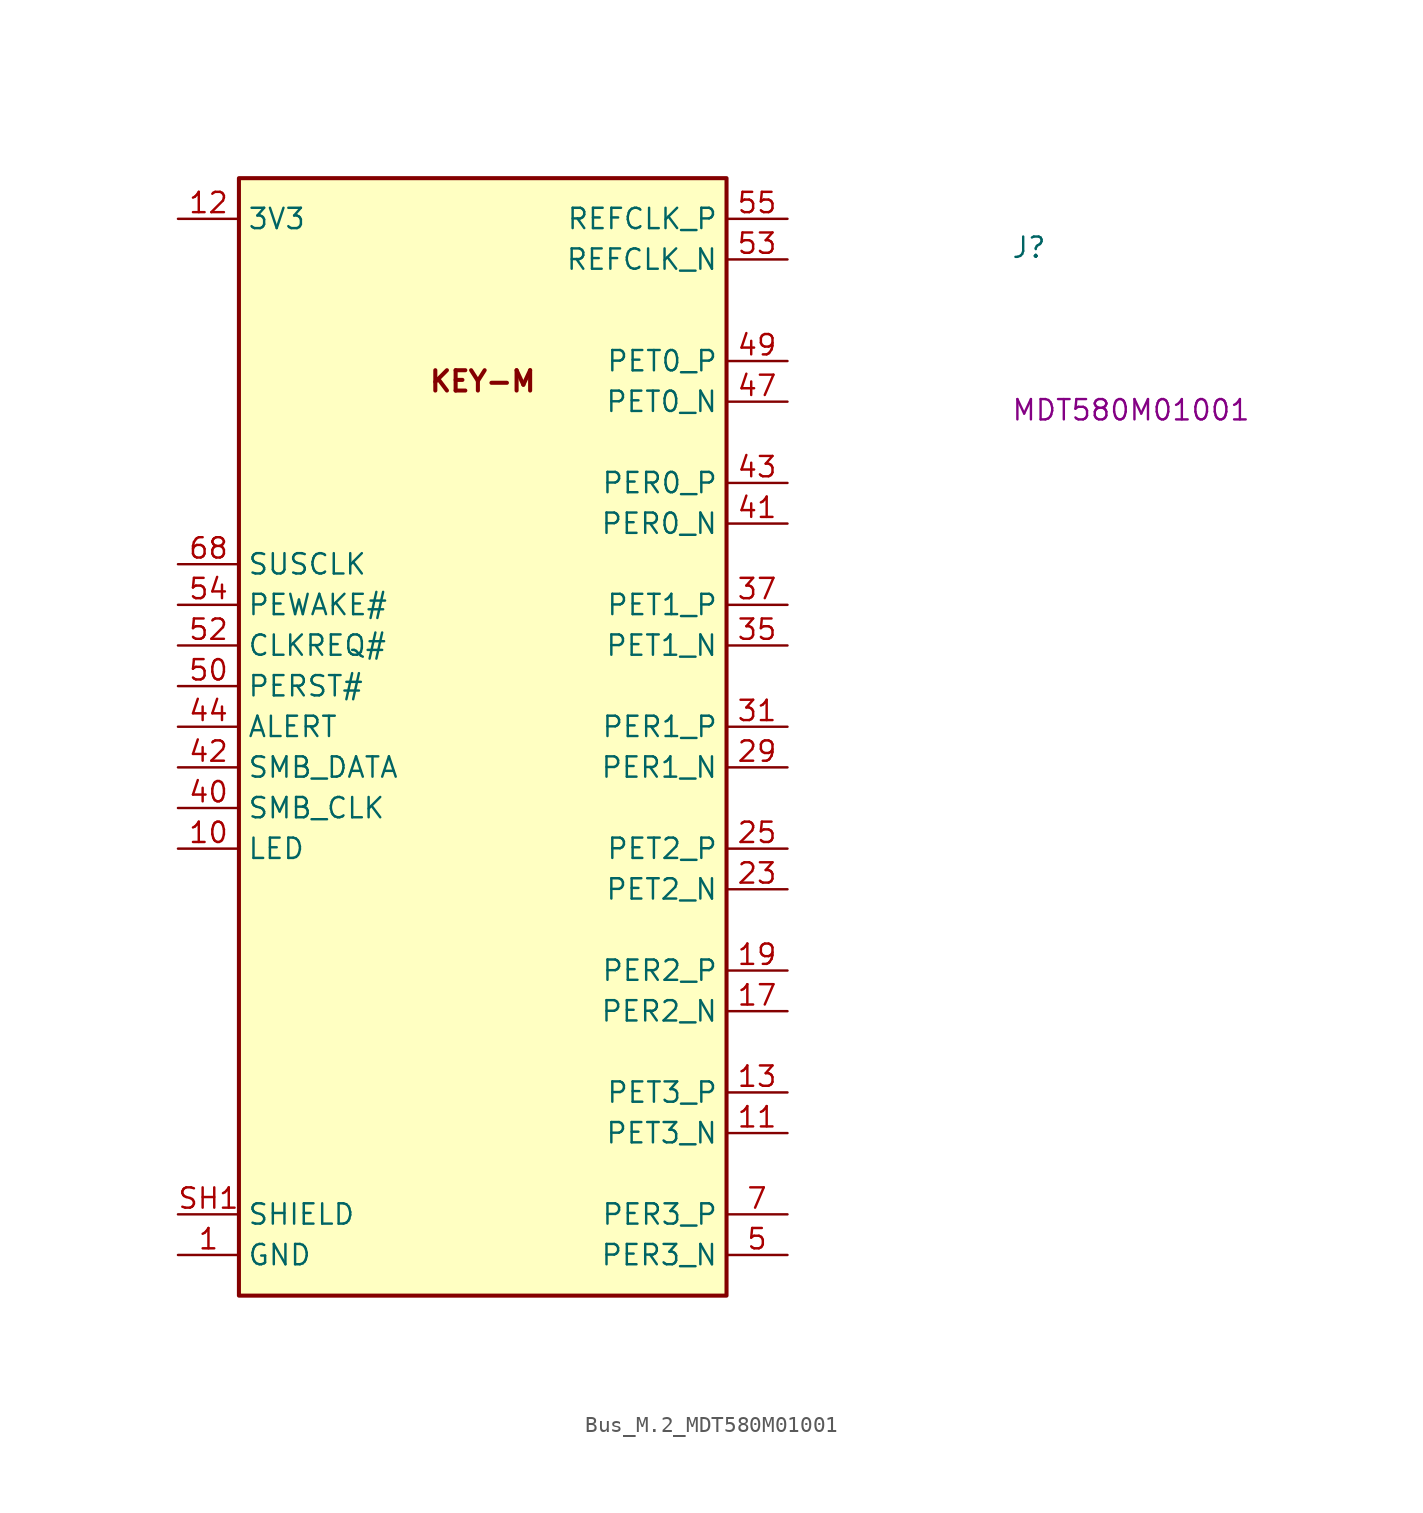
<source format=kicad_sym>
(kicad_symbol_lib
  (version 20220914)
  (generator kicad_symbol_editor)
  (symbol "Bus_M.2_MDT580M01001"
    (property "Reference" "J"
      (at 52.07 -2.54 0)
      (effects (font (size 1.27 1.27) (thickness 0.15)) (justify left bottom)))
    (property "MPN" "MDT580M01001"
      (at 52.07 -12.7 0)
      (effects (font (size 1.27 1.27) (thickness 0.15)) (justify left bottom)))
    (symbol "Bus_M.2_MDT580M01001_0_0"
      (text "KEY-M" (at 19.05 -10.16 0) (effects (font (size 1.27 1.27) bold))))
    (symbol "Bus_M.2_MDT580M01001_1_1"
      (rectangle (start 3.81 2.54) (end 34.29 -67.31) (stroke (width 0.254) (type default)) (fill (type background)))
      (pin passive line (at 0 -64.77 0) (length 3.81) (name "GND" (effects (font (size 1.27 1.27)))) (number "1" (effects (font (size 1.27 1.27)))))
      (pin passive line (at 0 -39.37 0) (length 3.81) (name "LED" (effects (font (size 1.27 1.27)))) (number "10" (effects (font (size 1.27 1.27)))))
      (pin passive line (at 38.1 -57.15 180) (length 3.81) (name "PET3_N" (effects (font (size 1.27 1.27)))) (number "11" (effects (font (size 1.27 1.27)))))
      (pin passive line (at 0 0 0) (length 3.81) (name "3V3" (effects (font (size 1.27 1.27)))) (number "12" (effects (font (size 1.27 1.27)))))
      (pin passive line (at 38.1 -54.61 180) (length 3.81) (name "PET3_P" (effects (font (size 1.27 1.27)))) (number "13" (effects (font (size 1.27 1.27)))))
      (pin passive line (at 0 0 0) (length 3.81) hide (name "3V3" (effects (font (size 1.27 1.27)))) (number "14" (effects (font (size 1.27 1.27)))))
      (pin passive line (at 0 -64.77 0) (length 3.81) hide (name "GND" (effects (font (size 1.27 1.27)))) (number "15" (effects (font (size 1.27 1.27)))))
      (pin passive line (at 0 0 0) (length 3.81) hide (name "3V3" (effects (font (size 1.27 1.27)))) (number "16" (effects (font (size 1.27 1.27)))))
      (pin passive line (at 38.1 -49.53 180) (length 3.81) (name "PER2_N" (effects (font (size 1.27 1.27)))) (number "17" (effects (font (size 1.27 1.27)))))
      (pin passive line (at 0 0 0) (length 3.81) hide (name "3V3" (effects (font (size 1.27 1.27)))) (number "18" (effects (font (size 1.27 1.27)))))
      (pin passive line (at 38.1 -46.99 180) (length 3.81) (name "PER2_P" (effects (font (size 1.27 1.27)))) (number "19" (effects (font (size 1.27 1.27)))))
      (pin passive line (at 0 0 0) (length 3.81) hide (name "3V3" (effects (font (size 1.27 1.27)))) (number "2" (effects (font (size 1.27 1.27)))))
      (pin no_connect line (at 3.81 -59.69 0) (length 3.81) hide (name "NC" (effects (font (size 1.27 1.27)))) (number "20" (effects (font (size 1.27 1.27)))))
      (pin passive line (at 0 -64.77 0) (length 3.81) hide (name "GND" (effects (font (size 1.27 1.27)))) (number "21" (effects (font (size 1.27 1.27)))))
      (pin no_connect line (at 3.81 -59.69 0) (length 3.81) hide (name "NC" (effects (font (size 1.27 1.27)))) (number "22" (effects (font (size 1.27 1.27)))))
      (pin passive line (at 38.1 -41.91 180) (length 3.81) (name "PET2_N" (effects (font (size 1.27 1.27)))) (number "23" (effects (font (size 1.27 1.27)))))
      (pin no_connect line (at 3.81 -59.69 0) (length 3.81) hide (name "NC" (effects (font (size 1.27 1.27)))) (number "24" (effects (font (size 1.27 1.27)))))
      (pin passive line (at 38.1 -39.37 180) (length 3.81) (name "PET2_P" (effects (font (size 1.27 1.27)))) (number "25" (effects (font (size 1.27 1.27)))))
      (pin no_connect line (at 3.81 -59.69 0) (length 3.81) hide (name "NC" (effects (font (size 1.27 1.27)))) (number "26" (effects (font (size 1.27 1.27)))))
      (pin passive line (at 0 -64.77 0) (length 3.81) hide (name "GND" (effects (font (size 1.27 1.27)))) (number "27" (effects (font (size 1.27 1.27)))))
      (pin no_connect line (at 3.81 -59.69 0) (length 3.81) hide (name "NC" (effects (font (size 1.27 1.27)))) (number "28" (effects (font (size 1.27 1.27)))))
      (pin passive line (at 38.1 -34.29 180) (length 3.81) (name "PER1_N" (effects (font (size 1.27 1.27)))) (number "29" (effects (font (size 1.27 1.27)))))
      (pin passive line (at 0 -64.77 0) (length 3.81) hide (name "GND" (effects (font (size 1.27 1.27)))) (number "3" (effects (font (size 1.27 1.27)))))
      (pin no_connect line (at 3.81 -59.69 0) (length 3.81) hide (name "NC" (effects (font (size 1.27 1.27)))) (number "30" (effects (font (size 1.27 1.27)))))
      (pin passive line (at 38.1 -31.75 180) (length 3.81) (name "PER1_P" (effects (font (size 1.27 1.27)))) (number "31" (effects (font (size 1.27 1.27)))))
      (pin no_connect line (at 3.81 -59.69 0) (length 3.81) hide (name "NC" (effects (font (size 1.27 1.27)))) (number "32" (effects (font (size 1.27 1.27)))))
      (pin passive line (at 0 -64.77 0) (length 3.81) hide (name "GND" (effects (font (size 1.27 1.27)))) (number "33" (effects (font (size 1.27 1.27)))))
      (pin no_connect line (at 3.81 -59.69 0) (length 3.81) hide (name "NC" (effects (font (size 1.27 1.27)))) (number "34" (effects (font (size 1.27 1.27)))))
      (pin passive line (at 38.1 -26.67 180) (length 3.81) (name "PET1_N" (effects (font (size 1.27 1.27)))) (number "35" (effects (font (size 1.27 1.27)))))
      (pin no_connect line (at 3.81 -59.69 0) (length 3.81) hide (name "NC" (effects (font (size 1.27 1.27)))) (number "36" (effects (font (size 1.27 1.27)))))
      (pin passive line (at 38.1 -24.13 180) (length 3.81) (name "PET1_P" (effects (font (size 1.27 1.27)))) (number "37" (effects (font (size 1.27 1.27)))))
      (pin no_connect line (at 3.81 -59.69 0) (length 3.81) hide (name "NC" (effects (font (size 1.27 1.27)))) (number "38" (effects (font (size 1.27 1.27)))))
      (pin passive line (at 0 -64.77 0) (length 3.81) hide (name "GND" (effects (font (size 1.27 1.27)))) (number "39" (effects (font (size 1.27 1.27)))))
      (pin passive line (at 0 0 0) (length 3.81) hide (name "3V3" (effects (font (size 1.27 1.27)))) (number "4" (effects (font (size 1.27 1.27)))))
      (pin passive line (at 0 -36.83 0) (length 3.81) (name "SMB_CLK" (effects (font (size 1.27 1.27)))) (number "40" (effects (font (size 1.27 1.27)))))
      (pin passive line (at 38.1 -19.05 180) (length 3.81) (name "PER0_N" (effects (font (size 1.27 1.27)))) (number "41" (effects (font (size 1.27 1.27)))))
      (pin passive line (at 0 -34.29 0) (length 3.81) (name "SMB_DATA" (effects (font (size 1.27 1.27)))) (number "42" (effects (font (size 1.27 1.27)))))
      (pin passive line (at 38.1 -16.51 180) (length 3.81) (name "PER0_P" (effects (font (size 1.27 1.27)))) (number "43" (effects (font (size 1.27 1.27)))))
      (pin passive line (at 0 -31.75 0) (length 3.81) (name "ALERT" (effects (font (size 1.27 1.27)))) (number "44" (effects (font (size 1.27 1.27)))))
      (pin passive line (at 0 -64.77 0) (length 3.81) hide (name "GND" (effects (font (size 1.27 1.27)))) (number "45" (effects (font (size 1.27 1.27)))))
      (pin no_connect line (at 3.81 -59.69 0) (length 3.81) hide (name "NC" (effects (font (size 1.27 1.27)))) (number "46" (effects (font (size 1.27 1.27)))))
      (pin passive line (at 38.1 -11.43 180) (length 3.81) (name "PET0_N" (effects (font (size 1.27 1.27)))) (number "47" (effects (font (size 1.27 1.27)))))
      (pin no_connect line (at 3.81 -59.69 0) (length 3.81) hide (name "NC" (effects (font (size 1.27 1.27)))) (number "48" (effects (font (size 1.27 1.27)))))
      (pin passive line (at 38.1 -8.89 180) (length 3.81) (name "PET0_P" (effects (font (size 1.27 1.27)))) (number "49" (effects (font (size 1.27 1.27)))))
      (pin passive line (at 38.1 -64.77 180) (length 3.81) (name "PER3_N" (effects (font (size 1.27 1.27)))) (number "5" (effects (font (size 1.27 1.27)))))
      (pin passive line (at 0 -29.21 0) (length 3.81) (name "PERST#" (effects (font (size 1.27 1.27)))) (number "50" (effects (font (size 1.27 1.27)))))
      (pin passive line (at 0 -64.77 0) (length 3.81) hide (name "GND" (effects (font (size 1.27 1.27)))) (number "51" (effects (font (size 1.27 1.27)))))
      (pin passive line (at 0 -26.67 0) (length 3.81) (name "CLKREQ#" (effects (font (size 1.27 1.27)))) (number "52" (effects (font (size 1.27 1.27)))))
      (pin passive line (at 38.1 -2.54 180) (length 3.81) (name "REFCLK_N" (effects (font (size 1.27 1.27)))) (number "53" (effects (font (size 1.27 1.27)))))
      (pin passive line (at 0 -24.13 0) (length 3.81) (name "PEWAKE#" (effects (font (size 1.27 1.27)))) (number "54" (effects (font (size 1.27 1.27)))))
      (pin passive line (at 38.1 0 180) (length 3.81) (name "REFCLK_P" (effects (font (size 1.27 1.27)))) (number "55" (effects (font (size 1.27 1.27)))))
      (pin no_connect line (at 3.81 -59.69 0) (length 3.81) hide (name "NC" (effects (font (size 1.27 1.27)))) (number "56" (effects (font (size 1.27 1.27)))))
      (pin passive line (at 0 -64.77 0) (length 3.81) hide (name "GND" (effects (font (size 1.27 1.27)))) (number "57" (effects (font (size 1.27 1.27)))))
      (pin no_connect line (at 3.81 -59.69 0) (length 3.81) hide (name "NC" (effects (font (size 1.27 1.27)))) (number "58" (effects (font (size 1.27 1.27)))))
      (pin no_connect line (at 3.81 -59.69 0) (length 3.81) hide (name "NC" (effects (font (size 1.27 1.27)))) (number "6" (effects (font (size 1.27 1.27)))))
      (pin no_connect line (at 3.81 -59.69 0) (length 3.81) hide (name "NC" (effects (font (size 1.27 1.27)))) (number "67" (effects (font (size 1.27 1.27)))))
      (pin passive line (at 0 -21.59 0) (length 3.81) (name "SUSCLK" (effects (font (size 1.27 1.27)))) (number "68" (effects (font (size 1.27 1.27)))))
      (pin no_connect line (at 3.81 -59.69 0) (length 3.81) hide (name "NC" (effects (font (size 1.27 1.27)))) (number "69" (effects (font (size 1.27 1.27)))))
      (pin passive line (at 38.1 -62.23 180) (length 3.81) (name "PER3_P" (effects (font (size 1.27 1.27)))) (number "7" (effects (font (size 1.27 1.27)))))
      (pin passive line (at 0 0 0) (length 3.81) hide (name "3V3" (effects (font (size 1.27 1.27)))) (number "70" (effects (font (size 1.27 1.27)))))
      (pin passive line (at 0 -64.77 0) (length 3.81) hide (name "GND" (effects (font (size 1.27 1.27)))) (number "71" (effects (font (size 1.27 1.27)))))
      (pin passive line (at 0 0 0) (length 3.81) hide (name "3V3" (effects (font (size 1.27 1.27)))) (number "72" (effects (font (size 1.27 1.27)))))
      (pin passive line (at 0 -64.77 0) (length 3.81) hide (name "GND" (effects (font (size 1.27 1.27)))) (number "73" (effects (font (size 1.27 1.27)))))
      (pin passive line (at 0 0 0) (length 3.81) hide (name "3V3" (effects (font (size 1.27 1.27)))) (number "74" (effects (font (size 1.27 1.27)))))
      (pin passive line (at 0 -64.77 0) (length 3.81) hide (name "GND" (effects (font (size 1.27 1.27)))) (number "75" (effects (font (size 1.27 1.27)))))
      (pin no_connect line (at 3.81 -59.69 0) (length 3.81) hide (name "NC" (effects (font (size 1.27 1.27)))) (number "8" (effects (font (size 1.27 1.27)))))
      (pin passive line (at 0 -64.77 0) (length 3.81) hide (name "GND" (effects (font (size 1.27 1.27)))) (number "9" (effects (font (size 1.27 1.27)))))
      (pin passive line (at 0 -62.23 0) (length 3.81) (name "SHIELD" (effects (font (size 1.27 1.27)))) (number "SH1" (effects (font (size 1.27 1.27)))))
      (pin passive line (at 0 -62.23 0) (length 3.81) hide (name "SHIELD" (effects (font (size 1.27 1.27)))) (number "SH2" (effects (font (size 1.27 1.27))))))))
</source>
